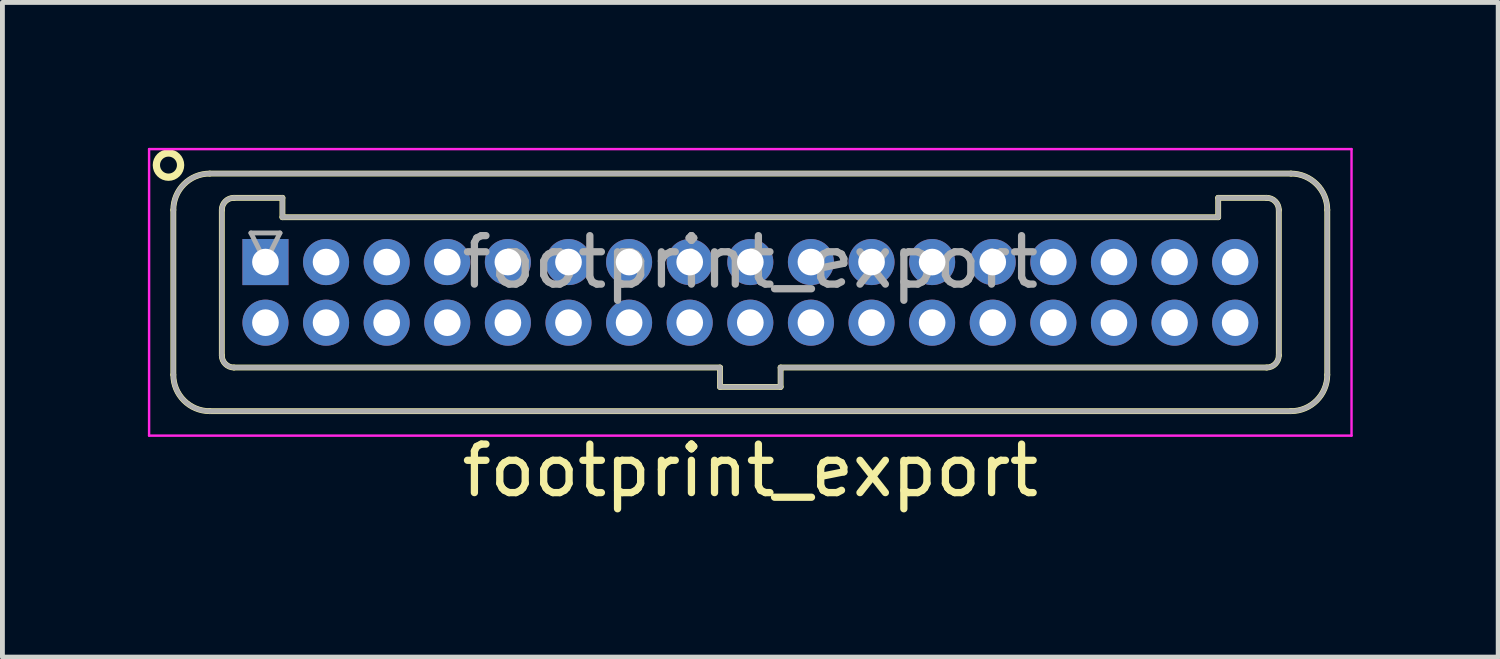
<source format=kicad_pcb>
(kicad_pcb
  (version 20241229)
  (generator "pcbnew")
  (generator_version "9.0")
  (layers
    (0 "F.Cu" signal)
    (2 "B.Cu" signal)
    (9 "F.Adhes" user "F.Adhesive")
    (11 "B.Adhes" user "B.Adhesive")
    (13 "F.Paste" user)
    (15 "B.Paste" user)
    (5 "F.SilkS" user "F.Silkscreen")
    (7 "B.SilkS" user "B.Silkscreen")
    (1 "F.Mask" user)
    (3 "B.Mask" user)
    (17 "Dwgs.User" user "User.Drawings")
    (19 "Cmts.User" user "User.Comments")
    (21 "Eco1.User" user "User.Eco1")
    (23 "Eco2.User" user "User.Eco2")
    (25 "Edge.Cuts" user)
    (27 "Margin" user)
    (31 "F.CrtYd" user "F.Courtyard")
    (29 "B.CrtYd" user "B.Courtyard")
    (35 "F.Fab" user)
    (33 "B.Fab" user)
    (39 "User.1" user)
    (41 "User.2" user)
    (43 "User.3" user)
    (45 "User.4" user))
  (footprint "footprint_export"
    (layer "F.Cu")
    (at 2.425 2.355)
    (property "Reference" "footprint_export" (at 10 4.3 0) (layer "F.SilkS") (effects (font (size 1 1) (thickness 0.15))))
    (attr through_hole)
    (fp_line (start -1.9 -1.075) (end -1.9 2.325) (stroke (width 0.12) (type solid)) (layer "F.SilkS"))
    (fp_line (start -1.15 -1.825) (end 21.15 -1.825) (stroke (width 0.12) (type solid)) (layer "F.SilkS"))
    (fp_line (start -1.15 3.075) (end 21.15 3.075) (stroke (width 0.12) (type solid)) (layer "F.SilkS"))
    (fp_line (start -0.9 -1.075) (end -0.9 1.925) (stroke (width 0.12) (type solid)) (layer "F.SilkS"))
    (fp_line (start -0.65 -1.325) (end 0.35 -1.325) (stroke (width 0.12) (type solid)) (layer "F.SilkS"))
    (fp_line (start -0.65 2.175) (end 9.375 2.175) (stroke (width 0.12) (type solid)) (layer "F.SilkS"))
    (fp_line (start 0.35 -1.325) (end 0.35 -0.925) (stroke (width 0.12) (type solid)) (layer "F.SilkS"))
    (fp_line (start 0.35 -0.925) (end 19.65 -0.925) (stroke (width 0.12) (type solid)) (layer "F.SilkS"))
    (fp_line (start 9.375 2.175) (end 9.375 2.575) (stroke (width 0.12) (type solid)) (layer "F.SilkS"))
    (fp_line (start 9.375 2.575) (end 10.625 2.575) (stroke (width 0.12) (type solid)) (layer "F.SilkS"))
    (fp_line (start 10.625 2.175) (end 20.65 2.175) (stroke (width 0.12) (type solid)) (layer "F.SilkS"))
    (fp_line (start 10.625 2.575) (end 10.625 2.175) (stroke (width 0.12) (type solid)) (layer "F.SilkS"))
    (fp_line (start 19.65 -1.325) (end 20.65 -1.325) (stroke (width 0.12) (type solid)) (layer "F.SilkS"))
    (fp_line (start 19.65 -0.925) (end 19.65 -1.325) (stroke (width 0.12) (type solid)) (layer "F.SilkS"))
    (fp_line (start 20.9 -1.075) (end 20.9 1.925) (stroke (width 0.12) (type solid)) (layer "F.SilkS"))
    (fp_line (start 21.9 -1.075) (end 21.9 2.325) (stroke (width 0.12) (type solid)) (layer "F.SilkS"))
    (fp_arc (start -1.9 -1.075) (mid -1.68033 -1.60533) (end -1.15 -1.825) (stroke (width 0.12) (type solid)) (layer "F.SilkS"))
    (fp_arc (start -1.15 3.075) (mid -1.68033 2.85533) (end -1.9 2.325) (stroke (width 0.12) (type solid)) (layer "F.SilkS"))
    (fp_arc (start -0.9 -1.075) (mid -0.826777 -1.251777) (end -0.65 -1.325) (stroke (width 0.12) (type solid)) (layer "F.SilkS"))
    (fp_arc (start -0.65 2.175) (mid -0.826777 2.101777) (end -0.9 1.925) (stroke (width 0.12) (type solid)) (layer "F.SilkS"))
    (fp_arc (start 20.65 -1.325) (mid 20.826777 -1.251777) (end 20.9 -1.075) (stroke (width 0.12) (type solid)) (layer "F.SilkS"))
    (fp_arc (start 20.9 1.925) (mid 20.826777 2.101777) (end 20.65 2.175) (stroke (width 0.12) (type solid)) (layer "F.SilkS"))
    (fp_arc (start 21.15 -1.825) (mid 21.68033 -1.60533) (end 21.9 -1.075) (stroke (width 0.12) (type solid)) (layer "F.SilkS"))
    (fp_arc (start 21.9 2.325) (mid 21.68033 2.85533) (end 21.15 3.075) (stroke (width 0.12) (type solid)) (layer "F.SilkS"))
    (fp_circle (center -2 -2) (end -1.75 -2) (stroke (width 0.15) (type solid)) (fill no) (layer "F.SilkS"))
    (fp_line (start -2.4 -2.33) (end -2.4 3.58) (stroke (width 0.05) (type solid)) (layer "F.CrtYd"))
    (fp_line (start -2.4 3.58) (end 22.4 3.58) (stroke (width 0.05) (type solid)) (layer "F.CrtYd"))
    (fp_line (start 22.4 -2.33) (end -2.4 -2.33) (stroke (width 0.05) (type solid)) (layer "F.CrtYd"))
    (fp_line (start 22.4 3.58) (end 22.4 -2.33) (stroke (width 0.05) (type solid)) (layer "F.CrtYd"))
    (fp_line (start -1.9 -1.075) (end -1.9 2.325) (stroke (width 0.1) (type solid)) (layer "F.Fab"))
    (fp_line (start -1.15 -1.825) (end 21.15 -1.825) (stroke (width 0.1) (type solid)) (layer "F.Fab"))
    (fp_line (start -1.15 3.075) (end 21.15 3.075) (stroke (width 0.1) (type solid)) (layer "F.Fab"))
    (fp_line (start -0.9 -1.075) (end -0.9 1.925) (stroke (width 0.1) (type solid)) (layer "F.Fab"))
    (fp_line (start -0.65 -1.325) (end 0.35 -1.325) (stroke (width 0.1) (type solid)) (layer "F.Fab"))
    (fp_line (start -0.65 2.175) (end 9.375 2.175) (stroke (width 0.1) (type solid)) (layer "F.Fab"))
    (fp_line (start -0.3 -0.6) (end 0.3 -0.6) (stroke (width 0.1) (type solid)) (layer "F.Fab"))
    (fp_line (start 0 0) (end -0.3 -0.6) (stroke (width 0.1) (type solid)) (layer "F.Fab"))
    (fp_line (start 0.3 -0.6) (end 0 0) (stroke (width 0.1) (type solid)) (layer "F.Fab"))
    (fp_line (start 0.35 -1.325) (end 0.35 -0.925) (stroke (width 0.1) (type solid)) (layer "F.Fab"))
    (fp_line (start 0.35 -0.925) (end 19.65 -0.925) (stroke (width 0.1) (type solid)) (layer "F.Fab"))
    (fp_line (start 9.375 2.175) (end 9.375 2.575) (stroke (width 0.1) (type solid)) (layer "F.Fab"))
    (fp_line (start 9.375 2.575) (end 10.625 2.575) (stroke (width 0.1) (type solid)) (layer "F.Fab"))
    (fp_line (start 10.625 2.175) (end 20.65 2.175) (stroke (width 0.1) (type solid)) (layer "F.Fab"))
    (fp_line (start 10.625 2.575) (end 10.625 2.175) (stroke (width 0.1) (type solid)) (layer "F.Fab"))
    (fp_line (start 19.65 -1.325) (end 20.65 -1.325) (stroke (width 0.1) (type solid)) (layer "F.Fab"))
    (fp_line (start 19.65 -0.925) (end 19.65 -1.325) (stroke (width 0.1) (type solid)) (layer "F.Fab"))
    (fp_line (start 20.9 -1.075) (end 20.9 1.925) (stroke (width 0.1) (type solid)) (layer "F.Fab"))
    (fp_line (start 21.9 -1.075) (end 21.9 2.325) (stroke (width 0.1) (type solid)) (layer "F.Fab"))
    (fp_arc (start -1.9 -1.075) (mid -1.68033 -1.60533) (end -1.15 -1.825) (stroke (width 0.1) (type solid)) (layer "F.Fab"))
    (fp_arc (start -1.15 3.075) (mid -1.68033 2.85533) (end -1.9 2.325) (stroke (width 0.1) (type solid)) (layer "F.Fab"))
    (fp_arc (start -0.9 -1.075) (mid -0.826777 -1.251777) (end -0.65 -1.325) (stroke (width 0.1) (type solid)) (layer "F.Fab"))
    (fp_arc (start -0.65 2.175) (mid -0.826777 2.101777) (end -0.9 1.925) (stroke (width 0.1) (type solid)) (layer "F.Fab"))
    (fp_arc (start 20.65 -1.325) (mid 20.826777 -1.251777) (end 20.9 -1.075) (stroke (width 0.1) (type solid)) (layer "F.Fab"))
    (fp_arc (start 20.9 1.925) (mid 20.826777 2.101777) (end 20.65 2.175) (stroke (width 0.1) (type solid)) (layer "F.Fab"))
    (fp_arc (start 21.15 -1.825) (mid 21.68033 -1.60533) (end 21.9 -1.075) (stroke (width 0.1) (type solid)) (layer "F.Fab"))
    (fp_arc (start 21.9 2.325) (mid 21.68033 2.85533) (end 21.15 3.075) (stroke (width 0.1) (type solid)) (layer "F.Fab"))
    (fp_text user "${REFERENCE}" (at 10 0 0) (layer "F.Fab") (effects (font (size 1 1) (thickness 0.15))))
    (pad "1" thru_hole rect (at 0 0) (size 0.95 0.95) (drill 0.55) (layers "*.Cu" "*.Mask"))
    (pad "2" thru_hole circle (at 0 1.25) (size 0.95 0.95) (drill 0.55) (layers "*.Cu" "*.Mask"))
    (pad "3" thru_hole circle (at 1.25 0) (size 0.95 0.95) (drill 0.55) (layers "*.Cu" "*.Mask"))
    (pad "4" thru_hole circle (at 1.25 1.25) (size 0.95 0.95) (drill 0.55) (layers "*.Cu" "*.Mask"))
    (pad "5" thru_hole circle (at 2.5 0) (size 0.95 0.95) (drill 0.55) (layers "*.Cu" "*.Mask"))
    (pad "6" thru_hole circle (at 2.5 1.25) (size 0.95 0.95) (drill 0.55) (layers "*.Cu" "*.Mask"))
    (pad "7" thru_hole circle (at 3.75 0) (size 0.95 0.95) (drill 0.55) (layers "*.Cu" "*.Mask"))
    (pad "8" thru_hole circle (at 3.75 1.25) (size 0.95 0.95) (drill 0.55) (layers "*.Cu" "*.Mask"))
    (pad "9" thru_hole circle (at 5 0) (size 0.95 0.95) (drill 0.55) (layers "*.Cu" "*.Mask"))
    (pad "10" thru_hole circle (at 5 1.25) (size 0.95 0.95) (drill 0.55) (layers "*.Cu" "*.Mask"))
    (pad "11" thru_hole circle (at 6.25 0) (size 0.95 0.95) (drill 0.55) (layers "*.Cu" "*.Mask"))
    (pad "12" thru_hole circle (at 6.25 1.25) (size 0.95 0.95) (drill 0.55) (layers "*.Cu" "*.Mask"))
    (pad "13" thru_hole circle (at 7.5 0) (size 0.95 0.95) (drill 0.55) (layers "*.Cu" "*.Mask"))
    (pad "14" thru_hole circle (at 7.5 1.25) (size 0.95 0.95) (drill 0.55) (layers "*.Cu" "*.Mask"))
    (pad "15" thru_hole circle (at 8.75 0) (size 0.95 0.95) (drill 0.55) (layers "*.Cu" "*.Mask"))
    (pad "16" thru_hole circle (at 8.75 1.25) (size 0.95 0.95) (drill 0.55) (layers "*.Cu" "*.Mask"))
    (pad "17" thru_hole circle (at 10 0) (size 0.95 0.95) (drill 0.55) (layers "*.Cu" "*.Mask"))
    (pad "18" thru_hole circle (at 10 1.25) (size 0.95 0.95) (drill 0.55) (layers "*.Cu" "*.Mask"))
    (pad "19" thru_hole circle (at 11.25 0) (size 0.95 0.95) (drill 0.55) (layers "*.Cu" "*.Mask"))
    (pad "20" thru_hole circle (at 11.25 1.25) (size 0.95 0.95) (drill 0.55) (layers "*.Cu" "*.Mask"))
    (pad "21" thru_hole circle (at 12.5 0) (size 0.95 0.95) (drill 0.55) (layers "*.Cu" "*.Mask"))
    (pad "22" thru_hole circle (at 12.5 1.25) (size 0.95 0.95) (drill 0.55) (layers "*.Cu" "*.Mask"))
    (pad "23" thru_hole circle (at 13.75 0) (size 0.95 0.95) (drill 0.55) (layers "*.Cu" "*.Mask"))
    (pad "24" thru_hole circle (at 13.75 1.25) (size 0.95 0.95) (drill 0.55) (layers "*.Cu" "*.Mask"))
    (pad "25" thru_hole circle (at 15 0) (size 0.95 0.95) (drill 0.55) (layers "*.Cu" "*.Mask"))
    (pad "26" thru_hole circle (at 15 1.25) (size 0.95 0.95) (drill 0.55) (layers "*.Cu" "*.Mask"))
    (pad "27" thru_hole circle (at 16.25 0) (size 0.95 0.95) (drill 0.55) (layers "*.Cu" "*.Mask"))
    (pad "28" thru_hole circle (at 16.25 1.25) (size 0.95 0.95) (drill 0.55) (layers "*.Cu" "*.Mask"))
    (pad "29" thru_hole circle (at 17.5 0) (size 0.95 0.95) (drill 0.55) (layers "*.Cu" "*.Mask"))
    (pad "30" thru_hole circle (at 17.5 1.25) (size 0.95 0.95) (drill 0.55) (layers "*.Cu" "*.Mask"))
    (pad "31" thru_hole circle (at 18.75 0) (size 0.95 0.95) (drill 0.55) (layers "*.Cu" "*.Mask"))
    (pad "32" thru_hole circle (at 18.75 1.25) (size 0.95 0.95) (drill 0.55) (layers "*.Cu" "*.Mask"))
    (pad "33" thru_hole circle (at 20 0) (size 0.95 0.95) (drill 0.55) (layers "*.Cu" "*.Mask"))
    (pad "34" thru_hole circle (at 20 1.25) (size 0.95 0.95) (drill 0.55) (layers "*.Cu" "*.Mask")))
  (gr_rect
    (start -3 -3)
    (end 27.85 10.503)
    (stroke (width 0.1) (type default))
    (fill no)
    (layer "Edge.Cuts")))
</source>
